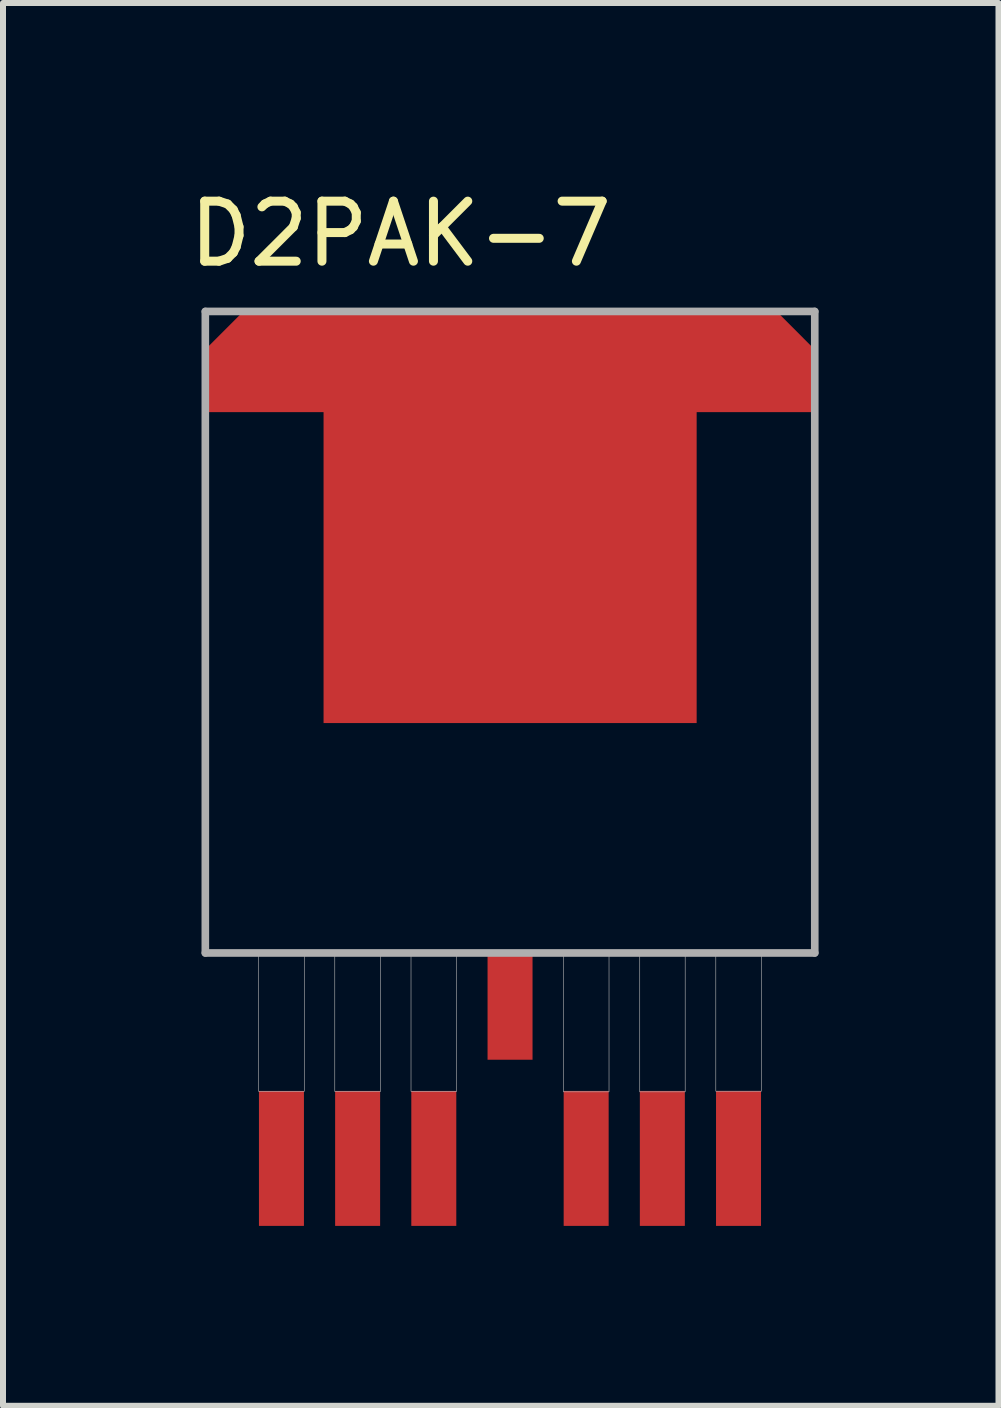
<source format=kicad_pcb>
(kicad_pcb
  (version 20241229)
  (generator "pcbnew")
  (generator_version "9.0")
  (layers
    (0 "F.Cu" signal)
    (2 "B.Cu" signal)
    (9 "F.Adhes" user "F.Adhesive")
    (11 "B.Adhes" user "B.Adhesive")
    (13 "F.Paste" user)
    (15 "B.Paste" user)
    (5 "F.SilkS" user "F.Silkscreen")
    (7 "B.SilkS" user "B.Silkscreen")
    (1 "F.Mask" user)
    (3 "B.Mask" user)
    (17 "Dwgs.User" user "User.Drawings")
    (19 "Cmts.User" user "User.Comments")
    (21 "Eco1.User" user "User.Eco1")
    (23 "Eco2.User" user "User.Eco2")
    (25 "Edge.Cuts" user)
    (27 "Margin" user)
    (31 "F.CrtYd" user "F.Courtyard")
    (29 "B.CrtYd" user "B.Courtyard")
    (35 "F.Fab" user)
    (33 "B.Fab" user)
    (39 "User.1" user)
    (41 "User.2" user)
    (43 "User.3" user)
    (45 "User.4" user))
  (footprint "D2PAK-7"
    (layer "F.Cu")
    (at 5.454 7.489)
    (property "Reference" "D2PAK-7" (at -1.826 -6.64 0) (layer "F.SilkS") (effects (font (size 1.001 1.001) (thickness 0.15))))
    (attr smd)
    (fp_line (start -5.081 -5.347) (end -5.081 5.348) (stroke (width 0.127) (type solid)) (layer "F.Fab"))
    (fp_line (start -5.081 5.348) (end 5.079 5.348) (stroke (width 0.127) (type solid)) (layer "F.Fab"))
    (fp_line (start 5.079 -5.347) (end -5.081 -5.347) (stroke (width 0.127) (type solid)) (layer "F.Fab"))
    (fp_line (start 5.079 5.348) (end 5.079 -5.347) (stroke (width 0.127) (type solid)) (layer "F.Fab"))
    (fp_poly (pts (xy -4.193 5.346) (xy -3.431 5.346) (xy -3.431 7.655) (xy -4.193 7.655)) (stroke (width 0.01) (type solid)) (fill no) (layer "F.Fab"))
    (fp_poly (pts (xy -2.923 5.346) (xy -2.161 5.346) (xy -2.161 7.658) (xy -2.923 7.658)) (stroke (width 0.01) (type solid)) (fill no) (layer "F.Fab"))
    (fp_poly (pts (xy -1.652 5.346) (xy -0.891 5.346) (xy -0.891 7.655) (xy -1.652 7.655)) (stroke (width 0.01) (type solid)) (fill no) (layer "F.Fab"))
    (fp_poly (pts (xy 0.89 5.346) (xy 1.649 5.346) (xy 1.649 7.663) (xy 0.89 7.663)) (stroke (width 0.01) (type solid)) (fill no) (layer "F.Fab"))
    (fp_poly (pts (xy 2.161 5.346) (xy 2.919 5.346) (xy 2.919 7.663) (xy 2.161 7.663)) (stroke (width 0.01) (type solid)) (fill no) (layer "F.Fab"))
    (fp_poly (pts (xy 3.429 5.346) (xy 4.189 5.346) (xy 4.189 7.653) (xy 3.429 7.653)) (stroke (width 0.01) (type solid)) (fill no) (layer "F.Fab"))
    (pad "1" smd rect (at -3.812 8.773) (size 0.75 2.25) (layers "F.Cu" "F.Mask" "F.Paste"))
    (pad "2" smd rect (at -2.542 8.773) (size 0.75 2.25) (layers "F.Cu" "F.Mask" "F.Paste"))
    (pad "3" smd rect (at -1.272 8.773) (size 0.75 2.25) (layers "F.Cu" "F.Mask" "F.Paste"))
    (pad "4" smd rect (at -0.001 6.238) (size 0.75 1.78) (layers "F.Cu" "F.Mask" "F.Paste"))
    (pad "5" smd rect (at 1.268 8.773) (size 0.75 2.25) (layers "F.Cu" "F.Mask" "F.Paste"))
    (pad "6" smd rect (at 2.538 8.773) (size 0.75 2.25) (layers "F.Cu" "F.Mask" "F.Paste"))
    (pad "7" smd rect (at 3.808 8.773) (size 0.75 2.25) (layers "F.Cu" "F.Mask" "F.Paste"))
    (pad "PAD" smd custom (at 0.000141 -1.915) (size 6.22 6.86) (layers "F.Cu" "F.Mask" "F.Paste") (options (anchor rect)) (primitives (gr_poly (pts (xy -4.447 -3.433) (xy -5.082 -2.797) (xy -5.082 -1.753) (xy 5.078 -1.753) (xy 5.078 -2.797) (xy 4.443 -3.433)) (width 0) (fill yes)))))
  (gr_rect
    (start -3 -3)
    (end 13.596 20.386)
    (stroke (width 0.1) (type default))
    (fill no)
    (layer "Edge.Cuts")))
</source>
